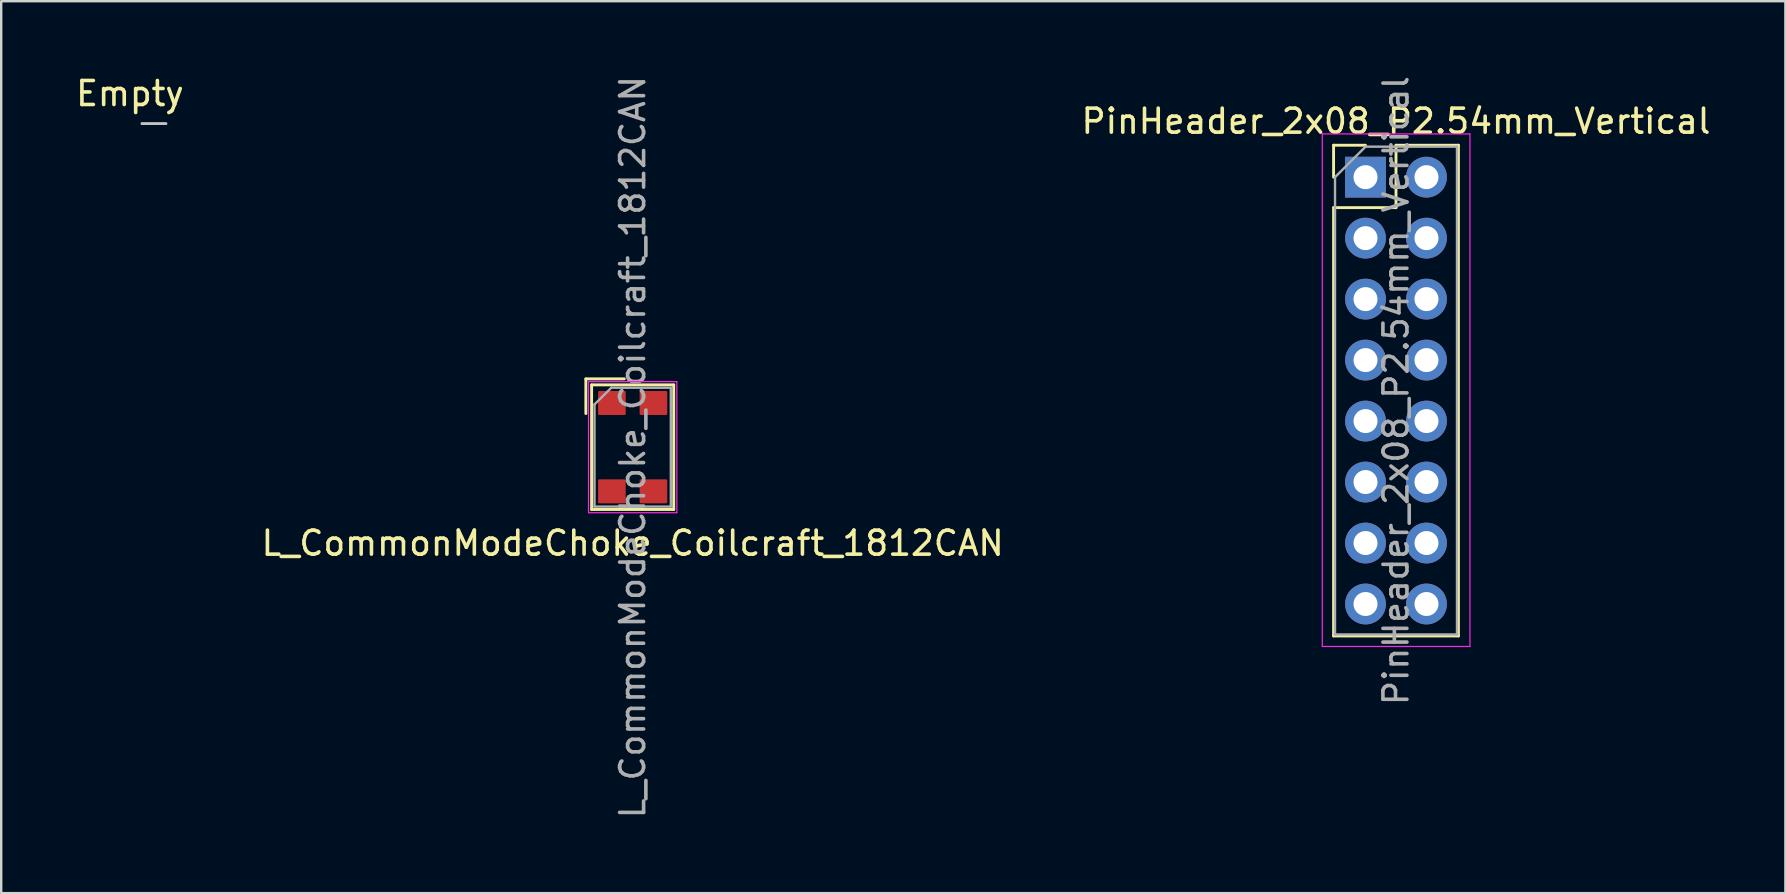
<source format=kicad_pcb>
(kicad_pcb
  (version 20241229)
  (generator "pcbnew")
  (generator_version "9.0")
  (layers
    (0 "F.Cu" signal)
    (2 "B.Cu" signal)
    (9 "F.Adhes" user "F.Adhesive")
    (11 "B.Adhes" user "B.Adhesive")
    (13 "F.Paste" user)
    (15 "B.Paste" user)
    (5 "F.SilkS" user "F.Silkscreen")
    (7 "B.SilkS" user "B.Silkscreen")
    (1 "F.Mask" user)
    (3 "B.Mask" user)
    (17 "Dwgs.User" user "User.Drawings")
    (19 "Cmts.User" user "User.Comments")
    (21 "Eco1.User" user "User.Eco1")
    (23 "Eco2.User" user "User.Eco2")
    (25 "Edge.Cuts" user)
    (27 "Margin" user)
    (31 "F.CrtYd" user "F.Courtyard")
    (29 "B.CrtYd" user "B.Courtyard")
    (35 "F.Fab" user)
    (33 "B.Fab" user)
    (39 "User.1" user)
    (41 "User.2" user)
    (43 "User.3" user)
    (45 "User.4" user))
  (footprint "PinHeader_2x08_P2.54mm_Vertical"
    (layer "F.Cu")
    (at 53.831 4.33)
    (property "Reference" "PinHeader_2x08_P2.54mm_Vertical" (at 1.27 -2.33 0) (layer "F.SilkS") (effects (font (size 1 1) (thickness 0.15))))
    (attr through_hole)
    (fp_line (start -1.33 -1.33) (end 0 -1.33) (stroke (width 0.12) (type solid)) (layer "F.SilkS"))
    (fp_line (start -1.33 0) (end -1.33 -1.33) (stroke (width 0.12) (type solid)) (layer "F.SilkS"))
    (fp_line (start -1.33 1.27) (end -1.33 19.11) (stroke (width 0.12) (type solid)) (layer "F.SilkS"))
    (fp_line (start -1.33 1.27) (end 1.27 1.27) (stroke (width 0.12) (type solid)) (layer "F.SilkS"))
    (fp_line (start -1.33 19.11) (end 3.87 19.11) (stroke (width 0.12) (type solid)) (layer "F.SilkS"))
    (fp_line (start 1.27 -1.33) (end 3.87 -1.33) (stroke (width 0.12) (type solid)) (layer "F.SilkS"))
    (fp_line (start 1.27 1.27) (end 1.27 -1.33) (stroke (width 0.12) (type solid)) (layer "F.SilkS"))
    (fp_line (start 3.87 -1.33) (end 3.87 19.11) (stroke (width 0.12) (type solid)) (layer "F.SilkS"))
    (fp_line (start -1.8 -1.8) (end -1.8 19.55) (stroke (width 0.05) (type solid)) (layer "F.CrtYd"))
    (fp_line (start -1.8 19.55) (end 4.35 19.55) (stroke (width 0.05) (type solid)) (layer "F.CrtYd"))
    (fp_line (start 4.35 -1.8) (end -1.8 -1.8) (stroke (width 0.05) (type solid)) (layer "F.CrtYd"))
    (fp_line (start 4.35 19.55) (end 4.35 -1.8) (stroke (width 0.05) (type solid)) (layer "F.CrtYd"))
    (fp_line (start -1.27 0) (end 0 -1.27) (stroke (width 0.1) (type solid)) (layer "F.Fab"))
    (fp_line (start -1.27 19.05) (end -1.27 0) (stroke (width 0.1) (type solid)) (layer "F.Fab"))
    (fp_line (start 0 -1.27) (end 3.81 -1.27) (stroke (width 0.1) (type solid)) (layer "F.Fab"))
    (fp_line (start 3.81 -1.27) (end 3.81 19.05) (stroke (width 0.1) (type solid)) (layer "F.Fab"))
    (fp_line (start 3.81 19.05) (end -1.27 19.05) (stroke (width 0.1) (type solid)) (layer "F.Fab"))
    (fp_text user "${REFERENCE}" (at 1.27 8.89 90) (layer "F.Fab") (effects (font (size 1 1) (thickness 0.15))))
    (pad "1" thru_hole rect (at 0 0) (size 1.7 1.7) (drill 1) (layers "*.Cu" "*.Mask"))
    (pad "2" thru_hole oval (at 2.54 0) (size 1.7 1.7) (drill 1) (layers "*.Cu" "*.Mask"))
    (pad "3" thru_hole oval (at 0 2.54) (size 1.7 1.7) (drill 1) (layers "*.Cu" "*.Mask"))
    (pad "4" thru_hole oval (at 2.54 2.54) (size 1.7 1.7) (drill 1) (layers "*.Cu" "*.Mask"))
    (pad "5" thru_hole oval (at 0 5.08) (size 1.7 1.7) (drill 1) (layers "*.Cu" "*.Mask"))
    (pad "6" thru_hole oval (at 2.54 5.08) (size 1.7 1.7) (drill 1) (layers "*.Cu" "*.Mask"))
    (pad "7" thru_hole oval (at 0 7.62) (size 1.7 1.7) (drill 1) (layers "*.Cu" "*.Mask"))
    (pad "8" thru_hole oval (at 2.54 7.62) (size 1.7 1.7) (drill 1) (layers "*.Cu" "*.Mask"))
    (pad "9" thru_hole oval (at 0 10.16) (size 1.7 1.7) (drill 1) (layers "*.Cu" "*.Mask"))
    (pad "10" thru_hole oval (at 2.54 10.16) (size 1.7 1.7) (drill 1) (layers "*.Cu" "*.Mask"))
    (pad "11" thru_hole oval (at 0 12.7) (size 1.7 1.7) (drill 1) (layers "*.Cu" "*.Mask"))
    (pad "12" thru_hole oval (at 2.54 12.7) (size 1.7 1.7) (drill 1) (layers "*.Cu" "*.Mask"))
    (pad "13" thru_hole oval (at 0 15.24) (size 1.7 1.7) (drill 1) (layers "*.Cu" "*.Mask"))
    (pad "14" thru_hole oval (at 2.54 15.24) (size 1.7 1.7) (drill 1) (layers "*.Cu" "*.Mask"))
    (pad "15" thru_hole oval (at 0 17.78) (size 1.7 1.7) (drill 1) (layers "*.Cu" "*.Mask"))
    (pad "16" thru_hole oval (at 2.54 17.78) (size 1.7 1.7) (drill 1) (layers "*.Cu" "*.Mask")))
  (footprint "Empty"
    (layer "F.Cu")
    (at 2.863 2.098)
    (property "Reference" "Empty" (at -0.5 -1.25 0) (layer "F.SilkS") (effects (font (size 1 1) (thickness 0.15))))
    (attr through_hole)
    (fp_line (start 0 0) (end 1 0) (stroke (width 0.12) (type solid)) (layer "Dwgs.User")))
  (footprint "L_CommonModeChoke_Coilcraft_1812CAN"
    (layer "F.Cu")
    (at 23.304 15.577)
    (property "Reference" "L_CommonModeChoke_Coilcraft_1812CAN" (at 0 4 0) (layer "F.SilkS") (effects (font (size 1 1) (thickness 0.15))))
    (attr smd)
    (fp_line (start -1.95 -2.845) (end -1.95 -1.4) (stroke (width 0.12) (type solid)) (layer "F.SilkS"))
    (fp_line (start -1.95 -2.845) (end -0.35 -2.845) (stroke (width 0.12) (type solid)) (layer "F.SilkS"))
    (fp_line (start -1.71 -2.595) (end -1.71 2.595) (stroke (width 0.12) (type solid)) (layer "F.SilkS"))
    (fp_line (start -1.71 -2.595) (end 1.71 -2.595) (stroke (width 0.12) (type solid)) (layer "F.SilkS"))
    (fp_line (start -1.71 2.595) (end 1.71 2.595) (stroke (width 0.12) (type solid)) (layer "F.SilkS"))
    (fp_line (start 1.71 -2.595) (end 1.71 2.595) (stroke (width 0.12) (type solid)) (layer "F.SilkS"))
    (fp_line (start -1.84 -2.73) (end 1.84 -2.73) (stroke (width 0.05) (type solid)) (layer "F.CrtYd"))
    (fp_line (start -1.84 2.73) (end -1.84 -2.73) (stroke (width 0.05) (type solid)) (layer "F.CrtYd"))
    (fp_line (start -1.84 2.73) (end 1.84 2.73) (stroke (width 0.05) (type solid)) (layer "F.CrtYd"))
    (fp_line (start 1.84 2.73) (end 1.84 -2.73) (stroke (width 0.05) (type solid)) (layer "F.CrtYd"))
    (fp_line (start -1.59 -1.78) (end -1.59 2.475) (stroke (width 0.1) (type solid)) (layer "F.Fab"))
    (fp_line (start -1.59 -1.78) (end -0.89 -2.475) (stroke (width 0.1) (type solid)) (layer "F.Fab"))
    (fp_line (start -1.59 2.475) (end 1.59 2.475) (stroke (width 0.1) (type solid)) (layer "F.Fab"))
    (fp_line (start -0.89 -2.475) (end 1.59 -2.475) (stroke (width 0.1) (type solid)) (layer "F.Fab"))
    (fp_line (start 1.59 -2.475) (end 1.59 2.475) (stroke (width 0.1) (type solid)) (layer "F.Fab"))
    (fp_text user "${REFERENCE}" (at 0 0 90) (layer "F.Fab") (effects (font (size 1 1) (thickness 0.15))))
    (pad "1" smd roundrect (at -0.865 1.84) (size 1.15 1) (layers "F.Cu" "F.Mask" "F.Paste") (roundrect_rratio 0.05))
    (pad "2" smd roundrect (at -0.865 -1.84) (size 1.15 1) (layers "F.Cu" "F.Mask" "F.Paste") (roundrect_rratio 0.05))
    (pad "3" smd roundrect (at 0.865 1.84) (size 1.15 1) (layers "F.Cu" "F.Mask" "F.Paste") (roundrect_rratio 0.05))
    (pad "4" smd roundrect (at 0.865 -1.84) (size 1.15 1) (layers "F.Cu" "F.Mask" "F.Paste") (roundrect_rratio 0.05)))
  (gr_rect
    (start -3 -3)
    (end 71.321 34.155)
    (stroke (width 0.1) (type default))
    (fill no)
    (layer "Edge.Cuts")))
</source>
